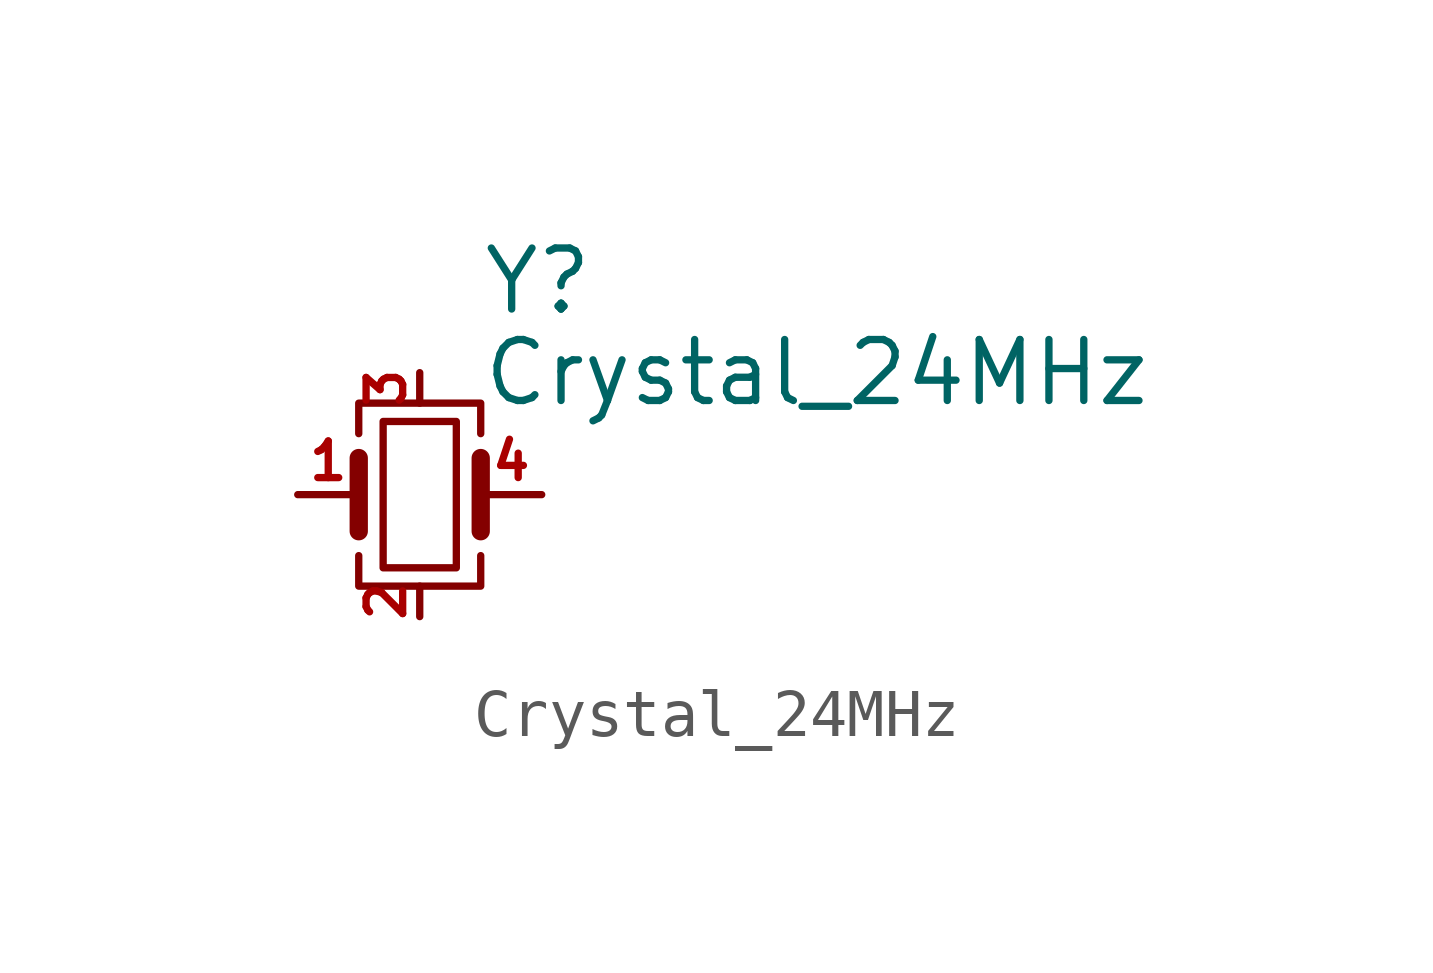
<source format=kicad_sym>
(kicad_symbol_lib
  (version 20220914)
  (generator kicad_symbol_editor)
  (symbol "Crystal_24MHz"
    (pin_names
      (offset 1.016) hide)
    (property "Reference" "Y"
      (at 1.27 4.445 0)
      (effects (font (size 1.27 1.27)) (justify left)))
    (property "Value" "Crystal_24MHz"
      (at 1.27 2.54 0)
      (effects (font (size 1.27 1.27)) (justify left)))
    (symbol "Crystal_24MHz_0_1"
      (rectangle (start -0.762 -1.524) (end 0.762 1.524) (stroke (width 0) (type default)) (fill (type none)))
      (polyline (pts (xy -1.27 -0.762) (xy -1.27 0.762)) (stroke (width 0.381) (type default)) (fill (type none)))
      (polyline (pts (xy 1.27 -0.762) (xy 1.27 0.762)) (stroke (width 0.381) (type default)) (fill (type none)))
      (polyline (pts (xy -1.27 -1.27) (xy -1.27 -1.905) (xy 1.27 -1.905) (xy 1.27 -1.27)) (stroke (width 0) (type default)) (fill (type none)))
      (polyline (pts (xy -1.27 1.27) (xy -1.27 1.905) (xy 1.27 1.905) (xy 1.27 1.27)) (stroke (width 0) (type default)) (fill (type none))))
    (symbol "Crystal_24MHz_1_1"
      (pin bidirectional line (at -2.54 0 0) (length 1.27) (name "1" (effects (font (size 1.27 1.27)))) (number "1" (effects (font (size 0.762 0.762)))))
      (pin input line (at 0 -2.54 90) (length 0.635) (name "2" (effects (font (size 1.27 1.27)))) (number "2" (effects (font (size 0.762 0.762)))))
      (pin input line (at 0 2.54 270) (length 0.635) (name "3" (effects (font (size 1.27 1.27)))) (number "3" (effects (font (size 0.762 0.762)))))
      (pin bidirectional line (at 2.54 0 180) (length 1.27) (name "4" (effects (font (size 1.27 1.27)))) (number "4" (effects (font (size 0.762 0.762))))))))
</source>
